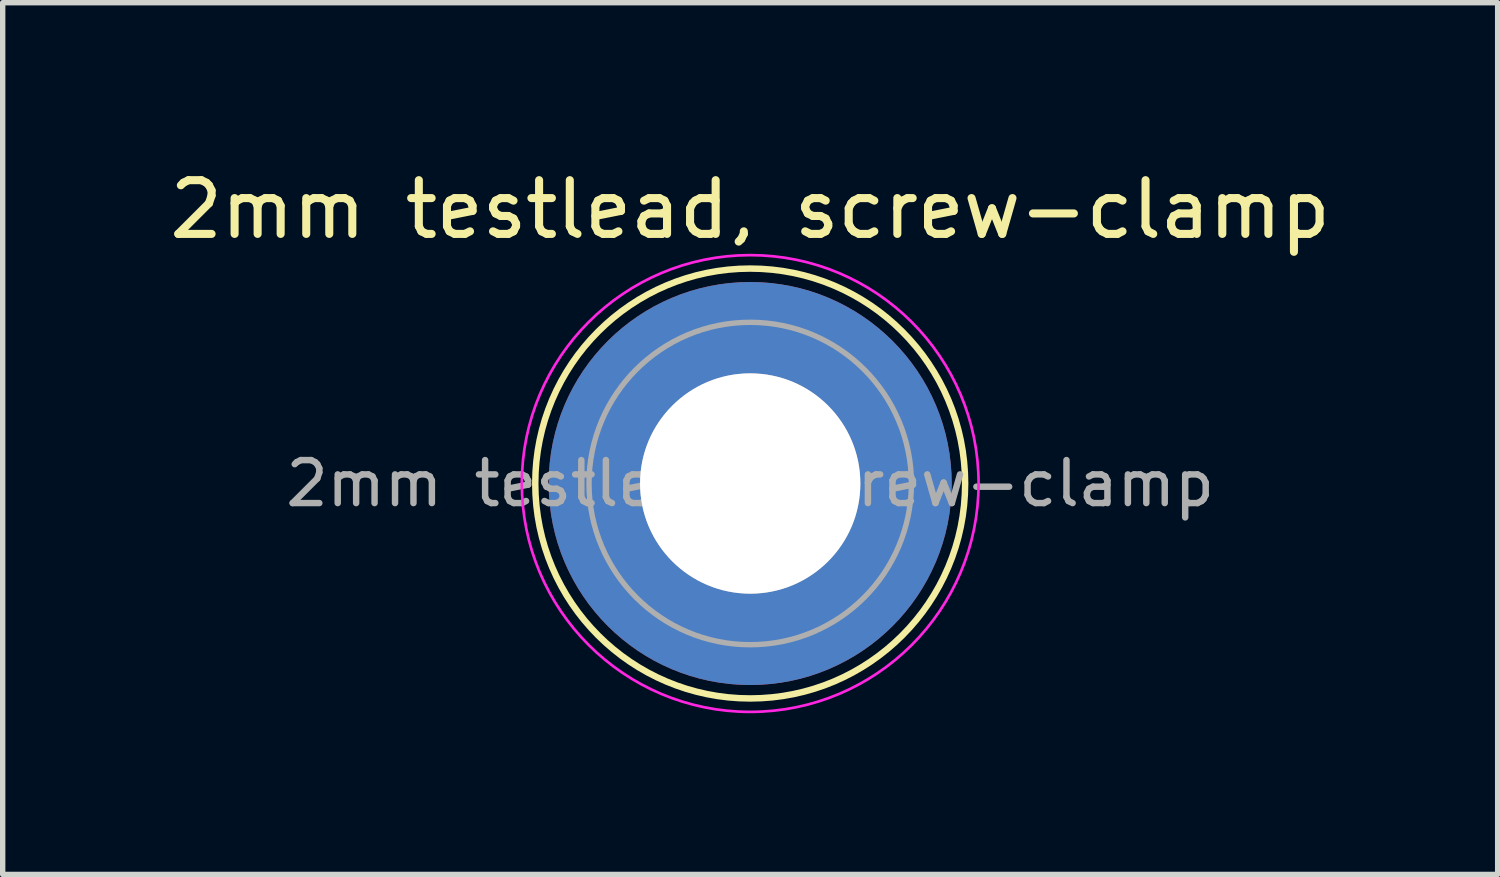
<source format=kicad_pcb>
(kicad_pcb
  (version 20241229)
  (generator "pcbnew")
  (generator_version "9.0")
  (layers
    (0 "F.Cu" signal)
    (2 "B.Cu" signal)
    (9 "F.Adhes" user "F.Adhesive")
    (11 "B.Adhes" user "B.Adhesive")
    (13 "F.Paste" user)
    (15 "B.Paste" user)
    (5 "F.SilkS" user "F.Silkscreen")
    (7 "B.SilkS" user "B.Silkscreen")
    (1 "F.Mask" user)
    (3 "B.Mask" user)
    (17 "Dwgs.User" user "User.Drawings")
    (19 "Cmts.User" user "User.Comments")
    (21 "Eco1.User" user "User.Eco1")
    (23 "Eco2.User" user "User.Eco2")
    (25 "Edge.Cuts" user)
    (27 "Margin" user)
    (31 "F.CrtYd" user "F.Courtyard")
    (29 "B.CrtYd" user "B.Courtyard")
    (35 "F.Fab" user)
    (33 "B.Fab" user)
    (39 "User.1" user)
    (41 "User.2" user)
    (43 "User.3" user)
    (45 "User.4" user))
  (footprint "2mm testlead, screw-clamp"
    (layer "F.Cu")
    (at 10.911 5.948)
    (property "Reference" "2mm testlead, screw-clamp" (at 0 -5.1 0) (layer "F.SilkS") (effects (font (size 1 1) (thickness 0.15))))
    (attr through_hole)
    (fp_circle (center 0 0) (end 4 0) (stroke (width 0.12) (type solid)) (fill no) (layer "F.SilkS"))
    (fp_circle (center 0 0) (end 4.25 0) (stroke (width 0.05) (type solid)) (fill no) (layer "F.CrtYd"))
    (fp_circle (center 0 0) (end 2 0) (stroke (width 0.1) (type solid)) (fill no) (layer "F.Fab"))
    (fp_circle (center 0 0) (end 3 0) (stroke (width 0.1) (type solid)) (fill no) (layer "F.Fab"))
    (fp_text user "${REFERENCE}" (at 0 0 0) (layer "F.Fab") (effects (font (size 0.8 0.8) (thickness 0.12))))
    (pad "1" thru_hole circle (at 0 0) (size 7.5 7.5) (drill 4.1) (layers "*.Cu" "*.Mask")))
  (gr_rect
    (start -3 -3)
    (end 24.821 13.223)
    (stroke (width 0.1) (type default))
    (fill no)
    (layer "Edge.Cuts")))
</source>
